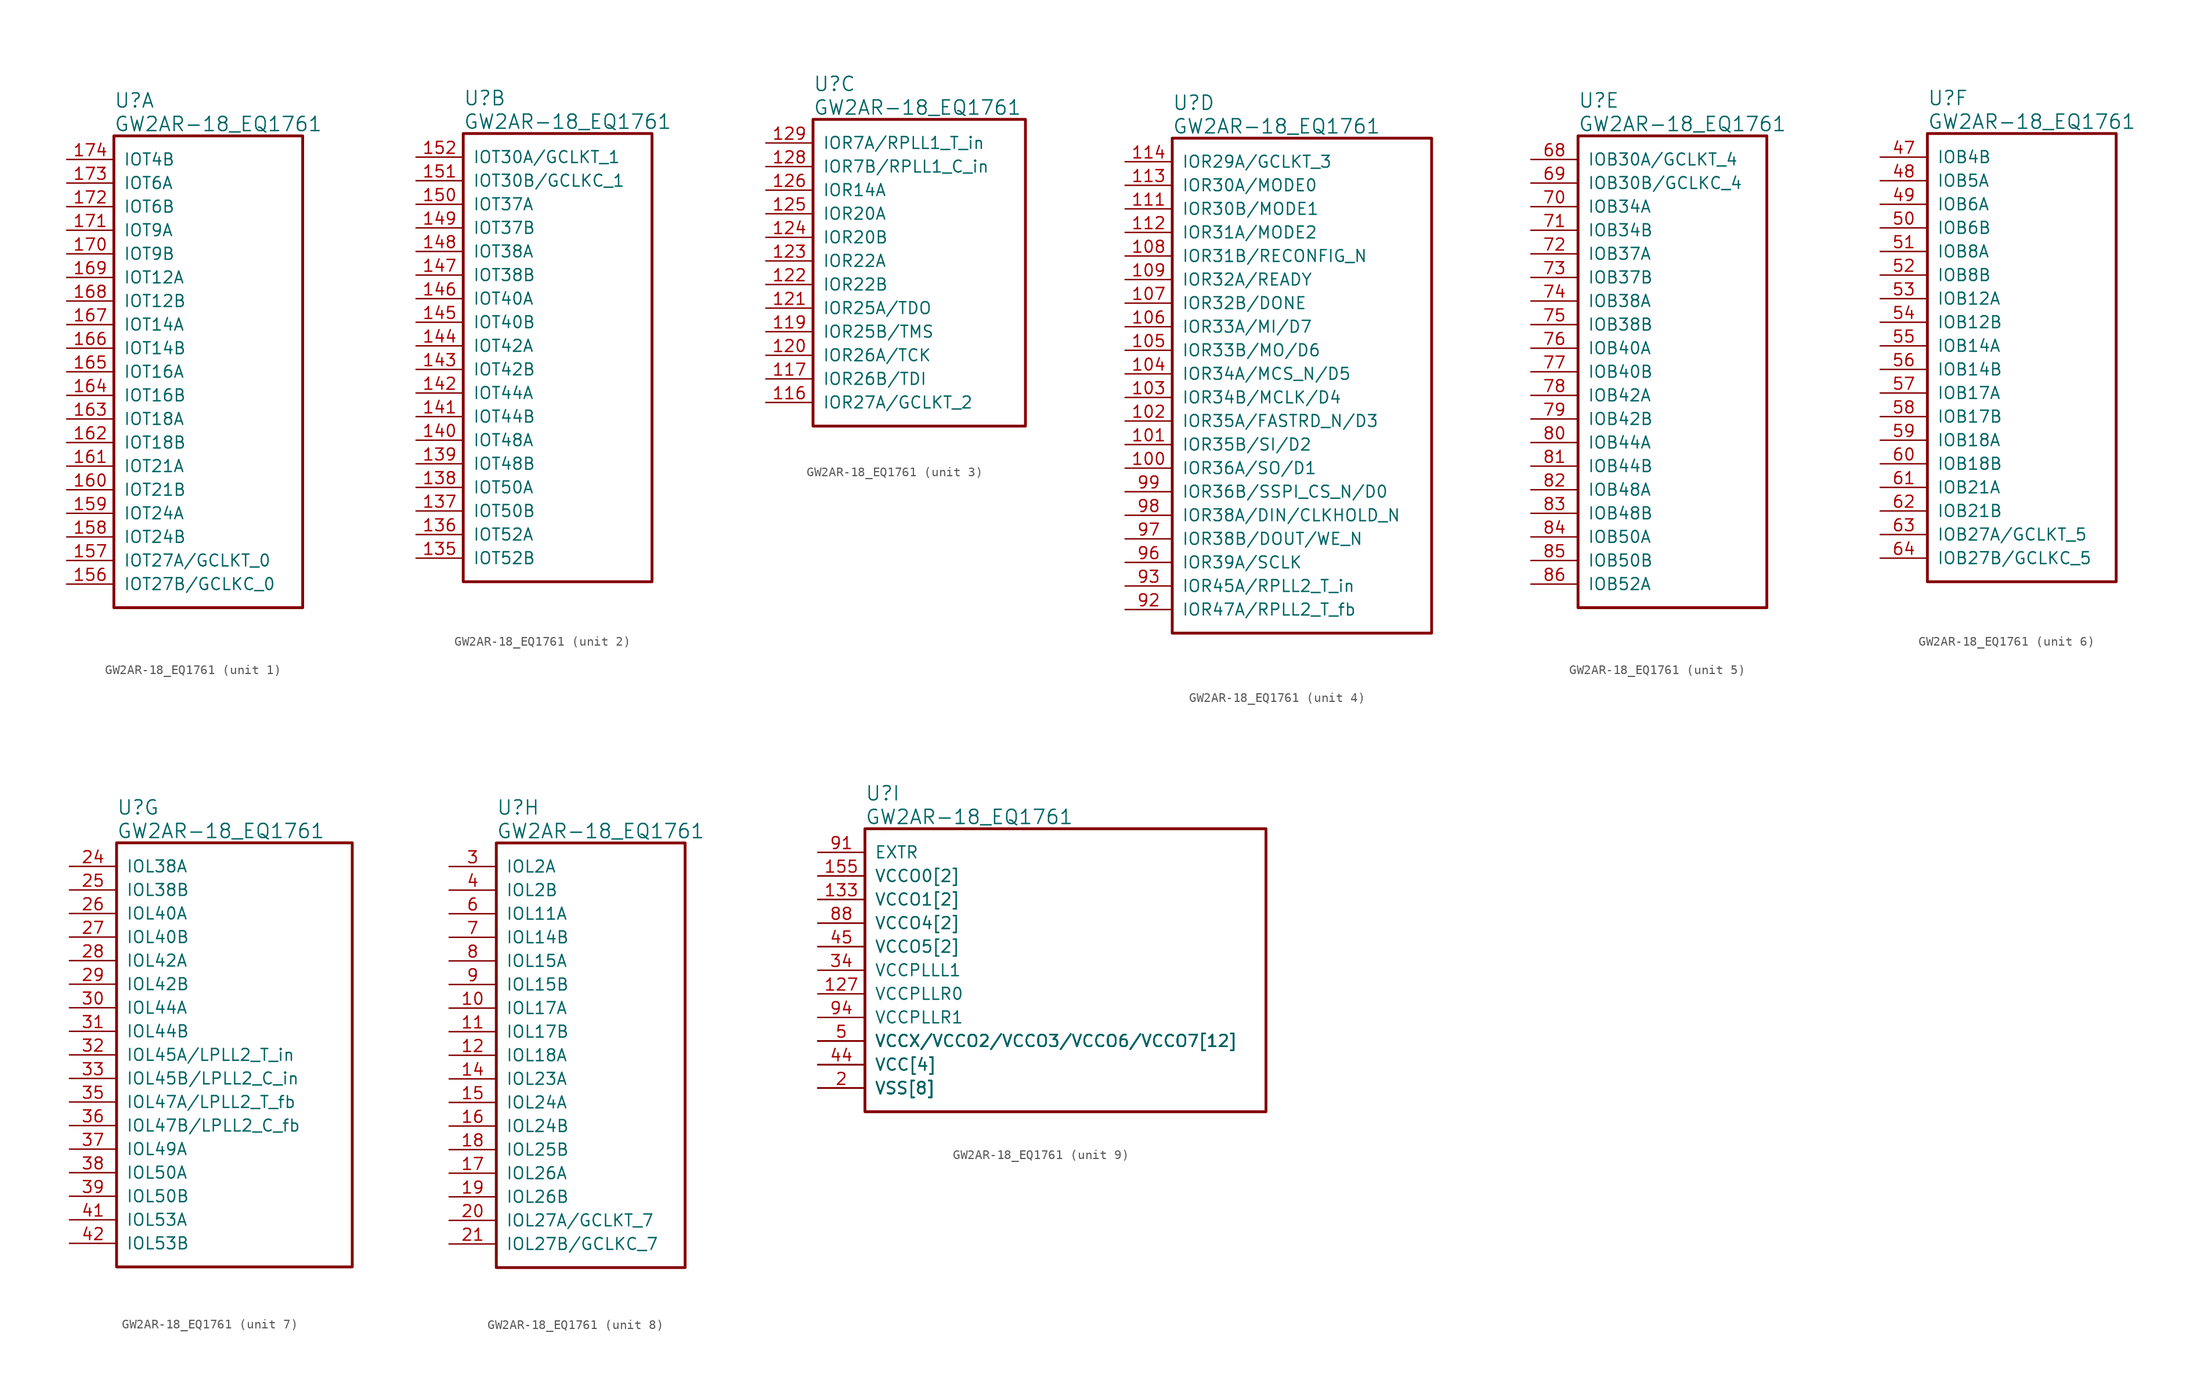
<source format=kicad_sym>
(kicad_symbol_lib
  (version 20211014)
  (generator kicad_symbol_editor)
  (symbol "GW2AR-18_EQ1761"
    (pin_names
      (offset 1.016))
    (property "Reference" "U"
      (at 5.08 6.35 0)
      (effects (font (size 1.524 1.524)) (justify left)))
    (property "Value" "GW2AR-18_EQ1761"
      (at 5.08 3.81 0)
      (effects (font (size 1.524 1.524)) (justify left)))
    (property "ki_locked" ""
      (at 0 0 0)
      (effects (font (size 1.27 1.27))))
    (symbol "GW2AR-18_EQ1761_1_1"
      (rectangle (start 5.08 2.54) (end 25.4 -48.26) (stroke (width 0.305) (type default) (color 0 0 0 0)) (fill (type none)))
      (pin bidirectional line (at 0 -45.72 0) (length 5.08) (name "IOT27B/GCLKC_0" (effects (font (size 1.27 1.27)))) (number "156" (effects (font (size 1.27 1.27)))))
      (pin bidirectional line (at 0 -43.18 0) (length 5.08) (name "IOT27A/GCLKT_0" (effects (font (size 1.27 1.27)))) (number "157" (effects (font (size 1.27 1.27)))))
      (pin bidirectional line (at 0 -40.64 0) (length 5.08) (name "IOT24B" (effects (font (size 1.27 1.27)))) (number "158" (effects (font (size 1.27 1.27)))))
      (pin bidirectional line (at 0 -38.1 0) (length 5.08) (name "IOT24A" (effects (font (size 1.27 1.27)))) (number "159" (effects (font (size 1.27 1.27)))))
      (pin bidirectional line (at 0 -35.56 0) (length 5.08) (name "IOT21B" (effects (font (size 1.27 1.27)))) (number "160" (effects (font (size 1.27 1.27)))))
      (pin bidirectional line (at 0 -33.02 0) (length 5.08) (name "IOT21A" (effects (font (size 1.27 1.27)))) (number "161" (effects (font (size 1.27 1.27)))))
      (pin bidirectional line (at 0 -30.48 0) (length 5.08) (name "IOT18B" (effects (font (size 1.27 1.27)))) (number "162" (effects (font (size 1.27 1.27)))))
      (pin bidirectional line (at 0 -27.94 0) (length 5.08) (name "IOT18A" (effects (font (size 1.27 1.27)))) (number "163" (effects (font (size 1.27 1.27)))))
      (pin bidirectional line (at 0 -25.4 0) (length 5.08) (name "IOT16B" (effects (font (size 1.27 1.27)))) (number "164" (effects (font (size 1.27 1.27)))))
      (pin bidirectional line (at 0 -22.86 0) (length 5.08) (name "IOT16A" (effects (font (size 1.27 1.27)))) (number "165" (effects (font (size 1.27 1.27)))))
      (pin bidirectional line (at 0 -20.32 0) (length 5.08) (name "IOT14B" (effects (font (size 1.27 1.27)))) (number "166" (effects (font (size 1.27 1.27)))))
      (pin bidirectional line (at 0 -17.78 0) (length 5.08) (name "IOT14A" (effects (font (size 1.27 1.27)))) (number "167" (effects (font (size 1.27 1.27)))))
      (pin bidirectional line (at 0 -15.24 0) (length 5.08) (name "IOT12B" (effects (font (size 1.27 1.27)))) (number "168" (effects (font (size 1.27 1.27)))))
      (pin bidirectional line (at 0 -12.7 0) (length 5.08) (name "IOT12A" (effects (font (size 1.27 1.27)))) (number "169" (effects (font (size 1.27 1.27)))))
      (pin bidirectional line (at 0 -10.16 0) (length 5.08) (name "IOT9B" (effects (font (size 1.27 1.27)))) (number "170" (effects (font (size 1.27 1.27)))))
      (pin bidirectional line (at 0 -7.62 0) (length 5.08) (name "IOT9A" (effects (font (size 1.27 1.27)))) (number "171" (effects (font (size 1.27 1.27)))))
      (pin bidirectional line (at 0 -5.08 0) (length 5.08) (name "IOT6B" (effects (font (size 1.27 1.27)))) (number "172" (effects (font (size 1.27 1.27)))))
      (pin bidirectional line (at 0 -2.54 0) (length 5.08) (name "IOT6A" (effects (font (size 1.27 1.27)))) (number "173" (effects (font (size 1.27 1.27)))))
      (pin bidirectional line (at 0 0 0) (length 5.08) (name "IOT4B" (effects (font (size 1.27 1.27)))) (number "174" (effects (font (size 1.27 1.27))))))
    (symbol "GW2AR-18_EQ1761_2_1"
      (rectangle (start 5.08 2.54) (end 25.4 -45.72) (stroke (width 0.305) (type default) (color 0 0 0 0)) (fill (type none)))
      (pin bidirectional line (at 0 -43.18 0) (length 5.08) (name "IOT52B" (effects (font (size 1.27 1.27)))) (number "135" (effects (font (size 1.27 1.27)))))
      (pin bidirectional line (at 0 -40.64 0) (length 5.08) (name "IOT52A" (effects (font (size 1.27 1.27)))) (number "136" (effects (font (size 1.27 1.27)))))
      (pin bidirectional line (at 0 -38.1 0) (length 5.08) (name "IOT50B" (effects (font (size 1.27 1.27)))) (number "137" (effects (font (size 1.27 1.27)))))
      (pin bidirectional line (at 0 -35.56 0) (length 5.08) (name "IOT50A" (effects (font (size 1.27 1.27)))) (number "138" (effects (font (size 1.27 1.27)))))
      (pin bidirectional line (at 0 -33.02 0) (length 5.08) (name "IOT48B" (effects (font (size 1.27 1.27)))) (number "139" (effects (font (size 1.27 1.27)))))
      (pin bidirectional line (at 0 -30.48 0) (length 5.08) (name "IOT48A" (effects (font (size 1.27 1.27)))) (number "140" (effects (font (size 1.27 1.27)))))
      (pin bidirectional line (at 0 -27.94 0) (length 5.08) (name "IOT44B" (effects (font (size 1.27 1.27)))) (number "141" (effects (font (size 1.27 1.27)))))
      (pin bidirectional line (at 0 -25.4 0) (length 5.08) (name "IOT44A" (effects (font (size 1.27 1.27)))) (number "142" (effects (font (size 1.27 1.27)))))
      (pin bidirectional line (at 0 -22.86 0) (length 5.08) (name "IOT42B" (effects (font (size 1.27 1.27)))) (number "143" (effects (font (size 1.27 1.27)))))
      (pin bidirectional line (at 0 -20.32 0) (length 5.08) (name "IOT42A" (effects (font (size 1.27 1.27)))) (number "144" (effects (font (size 1.27 1.27)))))
      (pin bidirectional line (at 0 -17.78 0) (length 5.08) (name "IOT40B" (effects (font (size 1.27 1.27)))) (number "145" (effects (font (size 1.27 1.27)))))
      (pin bidirectional line (at 0 -15.24 0) (length 5.08) (name "IOT40A" (effects (font (size 1.27 1.27)))) (number "146" (effects (font (size 1.27 1.27)))))
      (pin bidirectional line (at 0 -12.7 0) (length 5.08) (name "IOT38B" (effects (font (size 1.27 1.27)))) (number "147" (effects (font (size 1.27 1.27)))))
      (pin bidirectional line (at 0 -10.16 0) (length 5.08) (name "IOT38A" (effects (font (size 1.27 1.27)))) (number "148" (effects (font (size 1.27 1.27)))))
      (pin bidirectional line (at 0 -7.62 0) (length 5.08) (name "IOT37B" (effects (font (size 1.27 1.27)))) (number "149" (effects (font (size 1.27 1.27)))))
      (pin bidirectional line (at 0 -5.08 0) (length 5.08) (name "IOT37A" (effects (font (size 1.27 1.27)))) (number "150" (effects (font (size 1.27 1.27)))))
      (pin bidirectional line (at 0 -2.54 0) (length 5.08) (name "IOT30B/GCLKC_1" (effects (font (size 1.27 1.27)))) (number "151" (effects (font (size 1.27 1.27)))))
      (pin bidirectional line (at 0 0 0) (length 5.08) (name "IOT30A/GCLKT_1" (effects (font (size 1.27 1.27)))) (number "152" (effects (font (size 1.27 1.27))))))
    (symbol "GW2AR-18_EQ1761_3_1"
      (rectangle (start 5.08 2.54) (end 27.94 -30.48) (stroke (width 0.305) (type default) (color 0 0 0 0)) (fill (type none)))
      (pin bidirectional line (at 0 -27.94 0) (length 5.08) (name "IOR27A/GCLKT_2" (effects (font (size 1.27 1.27)))) (number "116" (effects (font (size 1.27 1.27)))))
      (pin bidirectional line (at 0 -25.4 0) (length 5.08) (name "IOR26B/TDI" (effects (font (size 1.27 1.27)))) (number "117" (effects (font (size 1.27 1.27)))))
      (pin bidirectional line (at 0 -20.32 0) (length 5.08) (name "IOR25B/TMS" (effects (font (size 1.27 1.27)))) (number "119" (effects (font (size 1.27 1.27)))))
      (pin bidirectional line (at 0 -22.86 0) (length 5.08) (name "IOR26A/TCK" (effects (font (size 1.27 1.27)))) (number "120" (effects (font (size 1.27 1.27)))))
      (pin bidirectional line (at 0 -17.78 0) (length 5.08) (name "IOR25A/TDO" (effects (font (size 1.27 1.27)))) (number "121" (effects (font (size 1.27 1.27)))))
      (pin bidirectional line (at 0 -15.24 0) (length 5.08) (name "IOR22B" (effects (font (size 1.27 1.27)))) (number "122" (effects (font (size 1.27 1.27)))))
      (pin bidirectional line (at 0 -12.7 0) (length 5.08) (name "IOR22A" (effects (font (size 1.27 1.27)))) (number "123" (effects (font (size 1.27 1.27)))))
      (pin bidirectional line (at 0 -10.16 0) (length 5.08) (name "IOR20B" (effects (font (size 1.27 1.27)))) (number "124" (effects (font (size 1.27 1.27)))))
      (pin bidirectional line (at 0 -7.62 0) (length 5.08) (name "IOR20A" (effects (font (size 1.27 1.27)))) (number "125" (effects (font (size 1.27 1.27)))))
      (pin bidirectional line (at 0 -5.08 0) (length 5.08) (name "IOR14A" (effects (font (size 1.27 1.27)))) (number "126" (effects (font (size 1.27 1.27)))))
      (pin bidirectional line (at 0 -2.54 0) (length 5.08) (name "IOR7B/RPLL1_C_in" (effects (font (size 1.27 1.27)))) (number "128" (effects (font (size 1.27 1.27)))))
      (pin bidirectional line (at 0 0 0) (length 5.08) (name "IOR7A/RPLL1_T_in" (effects (font (size 1.27 1.27)))) (number "129" (effects (font (size 1.27 1.27))))))
    (symbol "GW2AR-18_EQ1761_4_1"
      (rectangle (start 5.08 2.54) (end 33.02 -50.8) (stroke (width 0.305) (type default) (color 0 0 0 0)) (fill (type none)))
      (pin bidirectional line (at 0 -33.02 0) (length 5.08) (name "IOR36A/SO/D1" (effects (font (size 1.27 1.27)))) (number "100" (effects (font (size 1.27 1.27)))))
      (pin bidirectional line (at 0 -30.48 0) (length 5.08) (name "IOR35B/SI/D2" (effects (font (size 1.27 1.27)))) (number "101" (effects (font (size 1.27 1.27)))))
      (pin bidirectional line (at 0 -27.94 0) (length 5.08) (name "IOR35A/FASTRD_N/D3" (effects (font (size 1.27 1.27)))) (number "102" (effects (font (size 1.27 1.27)))))
      (pin bidirectional line (at 0 -25.4 0) (length 5.08) (name "IOR34B/MCLK/D4" (effects (font (size 1.27 1.27)))) (number "103" (effects (font (size 1.27 1.27)))))
      (pin bidirectional line (at 0 -22.86 0) (length 5.08) (name "IOR34A/MCS_N/D5" (effects (font (size 1.27 1.27)))) (number "104" (effects (font (size 1.27 1.27)))))
      (pin bidirectional line (at 0 -20.32 0) (length 5.08) (name "IOR33B/MO/D6" (effects (font (size 1.27 1.27)))) (number "105" (effects (font (size 1.27 1.27)))))
      (pin bidirectional line (at 0 -17.78 0) (length 5.08) (name "IOR33A/MI/D7" (effects (font (size 1.27 1.27)))) (number "106" (effects (font (size 1.27 1.27)))))
      (pin bidirectional line (at 0 -15.24 0) (length 5.08) (name "IOR32B/DONE" (effects (font (size 1.27 1.27)))) (number "107" (effects (font (size 1.27 1.27)))))
      (pin bidirectional line (at 0 -10.16 0) (length 5.08) (name "IOR31B/RECONFIG_N" (effects (font (size 1.27 1.27)))) (number "108" (effects (font (size 1.27 1.27)))))
      (pin bidirectional line (at 0 -12.7 0) (length 5.08) (name "IOR32A/READY" (effects (font (size 1.27 1.27)))) (number "109" (effects (font (size 1.27 1.27)))))
      (pin bidirectional line (at 0 -5.08 0) (length 5.08) (name "IOR30B/MODE1" (effects (font (size 1.27 1.27)))) (number "111" (effects (font (size 1.27 1.27)))))
      (pin bidirectional line (at 0 -7.62 0) (length 5.08) (name "IOR31A/MODE2" (effects (font (size 1.27 1.27)))) (number "112" (effects (font (size 1.27 1.27)))))
      (pin bidirectional line (at 0 -2.54 0) (length 5.08) (name "IOR30A/MODE0" (effects (font (size 1.27 1.27)))) (number "113" (effects (font (size 1.27 1.27)))))
      (pin bidirectional line (at 0 0 0) (length 5.08) (name "IOR29A/GCLKT_3" (effects (font (size 1.27 1.27)))) (number "114" (effects (font (size 1.27 1.27)))))
      (pin bidirectional line (at 0 -48.26 0) (length 5.08) (name "IOR47A/RPLL2_T_fb" (effects (font (size 1.27 1.27)))) (number "92" (effects (font (size 1.27 1.27)))))
      (pin bidirectional line (at 0 -45.72 0) (length 5.08) (name "IOR45A/RPLL2_T_in" (effects (font (size 1.27 1.27)))) (number "93" (effects (font (size 1.27 1.27)))))
      (pin bidirectional line (at 0 -43.18 0) (length 5.08) (name "IOR39A/SCLK" (effects (font (size 1.27 1.27)))) (number "96" (effects (font (size 1.27 1.27)))))
      (pin bidirectional line (at 0 -40.64 0) (length 5.08) (name "IOR38B/DOUT/WE_N" (effects (font (size 1.27 1.27)))) (number "97" (effects (font (size 1.27 1.27)))))
      (pin bidirectional line (at 0 -38.1 0) (length 5.08) (name "IOR38A/DIN/CLKHOLD_N" (effects (font (size 1.27 1.27)))) (number "98" (effects (font (size 1.27 1.27)))))
      (pin bidirectional line (at 0 -35.56 0) (length 5.08) (name "IOR36B/SSPI_CS_N/D0" (effects (font (size 1.27 1.27)))) (number "99" (effects (font (size 1.27 1.27))))))
    (symbol "GW2AR-18_EQ1761_5_1"
      (rectangle (start 5.08 2.54) (end 25.4 -48.26) (stroke (width 0.305) (type default) (color 0 0 0 0)) (fill (type none)))
      (pin bidirectional line (at 0 0 0) (length 5.08) (name "IOB30A/GCLKT_4" (effects (font (size 1.27 1.27)))) (number "68" (effects (font (size 1.27 1.27)))))
      (pin bidirectional line (at 0 -2.54 0) (length 5.08) (name "IOB30B/GCLKC_4" (effects (font (size 1.27 1.27)))) (number "69" (effects (font (size 1.27 1.27)))))
      (pin bidirectional line (at 0 -5.08 0) (length 5.08) (name "IOB34A" (effects (font (size 1.27 1.27)))) (number "70" (effects (font (size 1.27 1.27)))))
      (pin bidirectional line (at 0 -7.62 0) (length 5.08) (name "IOB34B" (effects (font (size 1.27 1.27)))) (number "71" (effects (font (size 1.27 1.27)))))
      (pin bidirectional line (at 0 -10.16 0) (length 5.08) (name "IOB37A" (effects (font (size 1.27 1.27)))) (number "72" (effects (font (size 1.27 1.27)))))
      (pin bidirectional line (at 0 -12.7 0) (length 5.08) (name "IOB37B" (effects (font (size 1.27 1.27)))) (number "73" (effects (font (size 1.27 1.27)))))
      (pin bidirectional line (at 0 -15.24 0) (length 5.08) (name "IOB38A" (effects (font (size 1.27 1.27)))) (number "74" (effects (font (size 1.27 1.27)))))
      (pin bidirectional line (at 0 -17.78 0) (length 5.08) (name "IOB38B" (effects (font (size 1.27 1.27)))) (number "75" (effects (font (size 1.27 1.27)))))
      (pin bidirectional line (at 0 -20.32 0) (length 5.08) (name "IOB40A" (effects (font (size 1.27 1.27)))) (number "76" (effects (font (size 1.27 1.27)))))
      (pin bidirectional line (at 0 -22.86 0) (length 5.08) (name "IOB40B" (effects (font (size 1.27 1.27)))) (number "77" (effects (font (size 1.27 1.27)))))
      (pin bidirectional line (at 0 -25.4 0) (length 5.08) (name "IOB42A" (effects (font (size 1.27 1.27)))) (number "78" (effects (font (size 1.27 1.27)))))
      (pin bidirectional line (at 0 -27.94 0) (length 5.08) (name "IOB42B" (effects (font (size 1.27 1.27)))) (number "79" (effects (font (size 1.27 1.27)))))
      (pin bidirectional line (at 0 -30.48 0) (length 5.08) (name "IOB44A" (effects (font (size 1.27 1.27)))) (number "80" (effects (font (size 1.27 1.27)))))
      (pin bidirectional line (at 0 -33.02 0) (length 5.08) (name "IOB44B" (effects (font (size 1.27 1.27)))) (number "81" (effects (font (size 1.27 1.27)))))
      (pin bidirectional line (at 0 -35.56 0) (length 5.08) (name "IOB48A" (effects (font (size 1.27 1.27)))) (number "82" (effects (font (size 1.27 1.27)))))
      (pin bidirectional line (at 0 -38.1 0) (length 5.08) (name "IOB48B" (effects (font (size 1.27 1.27)))) (number "83" (effects (font (size 1.27 1.27)))))
      (pin bidirectional line (at 0 -40.64 0) (length 5.08) (name "IOB50A" (effects (font (size 1.27 1.27)))) (number "84" (effects (font (size 1.27 1.27)))))
      (pin bidirectional line (at 0 -43.18 0) (length 5.08) (name "IOB50B" (effects (font (size 1.27 1.27)))) (number "85" (effects (font (size 1.27 1.27)))))
      (pin bidirectional line (at 0 -45.72 0) (length 5.08) (name "IOB52A" (effects (font (size 1.27 1.27)))) (number "86" (effects (font (size 1.27 1.27))))))
    (symbol "GW2AR-18_EQ1761_6_1"
      (rectangle (start 5.08 2.54) (end 25.4 -45.72) (stroke (width 0.305) (type default) (color 0 0 0 0)) (fill (type none)))
      (pin bidirectional line (at 0 0 0) (length 5.08) (name "IOB4B" (effects (font (size 1.27 1.27)))) (number "47" (effects (font (size 1.27 1.27)))))
      (pin bidirectional line (at 0 -2.54 0) (length 5.08) (name "IOB5A" (effects (font (size 1.27 1.27)))) (number "48" (effects (font (size 1.27 1.27)))))
      (pin bidirectional line (at 0 -5.08 0) (length 5.08) (name "IOB6A" (effects (font (size 1.27 1.27)))) (number "49" (effects (font (size 1.27 1.27)))))
      (pin bidirectional line (at 0 -7.62 0) (length 5.08) (name "IOB6B" (effects (font (size 1.27 1.27)))) (number "50" (effects (font (size 1.27 1.27)))))
      (pin bidirectional line (at 0 -10.16 0) (length 5.08) (name "IOB8A" (effects (font (size 1.27 1.27)))) (number "51" (effects (font (size 1.27 1.27)))))
      (pin bidirectional line (at 0 -12.7 0) (length 5.08) (name "IOB8B" (effects (font (size 1.27 1.27)))) (number "52" (effects (font (size 1.27 1.27)))))
      (pin bidirectional line (at 0 -15.24 0) (length 5.08) (name "IOB12A" (effects (font (size 1.27 1.27)))) (number "53" (effects (font (size 1.27 1.27)))))
      (pin bidirectional line (at 0 -17.78 0) (length 5.08) (name "IOB12B" (effects (font (size 1.27 1.27)))) (number "54" (effects (font (size 1.27 1.27)))))
      (pin bidirectional line (at 0 -20.32 0) (length 5.08) (name "IOB14A" (effects (font (size 1.27 1.27)))) (number "55" (effects (font (size 1.27 1.27)))))
      (pin bidirectional line (at 0 -22.86 0) (length 5.08) (name "IOB14B" (effects (font (size 1.27 1.27)))) (number "56" (effects (font (size 1.27 1.27)))))
      (pin bidirectional line (at 0 -25.4 0) (length 5.08) (name "IOB17A" (effects (font (size 1.27 1.27)))) (number "57" (effects (font (size 1.27 1.27)))))
      (pin bidirectional line (at 0 -27.94 0) (length 5.08) (name "IOB17B" (effects (font (size 1.27 1.27)))) (number "58" (effects (font (size 1.27 1.27)))))
      (pin bidirectional line (at 0 -30.48 0) (length 5.08) (name "IOB18A" (effects (font (size 1.27 1.27)))) (number "59" (effects (font (size 1.27 1.27)))))
      (pin bidirectional line (at 0 -33.02 0) (length 5.08) (name "IOB18B" (effects (font (size 1.27 1.27)))) (number "60" (effects (font (size 1.27 1.27)))))
      (pin bidirectional line (at 0 -35.56 0) (length 5.08) (name "IOB21A" (effects (font (size 1.27 1.27)))) (number "61" (effects (font (size 1.27 1.27)))))
      (pin bidirectional line (at 0 -38.1 0) (length 5.08) (name "IOB21B" (effects (font (size 1.27 1.27)))) (number "62" (effects (font (size 1.27 1.27)))))
      (pin bidirectional line (at 0 -40.64 0) (length 5.08) (name "IOB27A/GCLKT_5" (effects (font (size 1.27 1.27)))) (number "63" (effects (font (size 1.27 1.27)))))
      (pin bidirectional line (at 0 -43.18 0) (length 5.08) (name "IOB27B/GCLKC_5" (effects (font (size 1.27 1.27)))) (number "64" (effects (font (size 1.27 1.27))))))
    (symbol "GW2AR-18_EQ1761_7_1"
      (rectangle (start 5.08 2.54) (end 30.48 -43.18) (stroke (width 0.305) (type default) (color 0 0 0 0)) (fill (type none)))
      (pin bidirectional line (at 0 0 0) (length 5.08) (name "IOL38A" (effects (font (size 1.27 1.27)))) (number "24" (effects (font (size 1.27 1.27)))))
      (pin bidirectional line (at 0 -2.54 0) (length 5.08) (name "IOL38B" (effects (font (size 1.27 1.27)))) (number "25" (effects (font (size 1.27 1.27)))))
      (pin bidirectional line (at 0 -5.08 0) (length 5.08) (name "IOL40A" (effects (font (size 1.27 1.27)))) (number "26" (effects (font (size 1.27 1.27)))))
      (pin bidirectional line (at 0 -7.62 0) (length 5.08) (name "IOL40B" (effects (font (size 1.27 1.27)))) (number "27" (effects (font (size 1.27 1.27)))))
      (pin bidirectional line (at 0 -10.16 0) (length 5.08) (name "IOL42A" (effects (font (size 1.27 1.27)))) (number "28" (effects (font (size 1.27 1.27)))))
      (pin bidirectional line (at 0 -12.7 0) (length 5.08) (name "IOL42B" (effects (font (size 1.27 1.27)))) (number "29" (effects (font (size 1.27 1.27)))))
      (pin bidirectional line (at 0 -15.24 0) (length 5.08) (name "IOL44A" (effects (font (size 1.27 1.27)))) (number "30" (effects (font (size 1.27 1.27)))))
      (pin bidirectional line (at 0 -17.78 0) (length 5.08) (name "IOL44B" (effects (font (size 1.27 1.27)))) (number "31" (effects (font (size 1.27 1.27)))))
      (pin bidirectional line (at 0 -20.32 0) (length 5.08) (name "IOL45A/LPLL2_T_in" (effects (font (size 1.27 1.27)))) (number "32" (effects (font (size 1.27 1.27)))))
      (pin bidirectional line (at 0 -22.86 0) (length 5.08) (name "IOL45B/LPLL2_C_in" (effects (font (size 1.27 1.27)))) (number "33" (effects (font (size 1.27 1.27)))))
      (pin bidirectional line (at 0 -25.4 0) (length 5.08) (name "IOL47A/LPLL2_T_fb" (effects (font (size 1.27 1.27)))) (number "35" (effects (font (size 1.27 1.27)))))
      (pin bidirectional line (at 0 -27.94 0) (length 5.08) (name "IOL47B/LPLL2_C_fb" (effects (font (size 1.27 1.27)))) (number "36" (effects (font (size 1.27 1.27)))))
      (pin bidirectional line (at 0 -30.48 0) (length 5.08) (name "IOL49A" (effects (font (size 1.27 1.27)))) (number "37" (effects (font (size 1.27 1.27)))))
      (pin bidirectional line (at 0 -33.02 0) (length 5.08) (name "IOL50A" (effects (font (size 1.27 1.27)))) (number "38" (effects (font (size 1.27 1.27)))))
      (pin bidirectional line (at 0 -35.56 0) (length 5.08) (name "IOL50B" (effects (font (size 1.27 1.27)))) (number "39" (effects (font (size 1.27 1.27)))))
      (pin bidirectional line (at 0 -38.1 0) (length 5.08) (name "IOL53A" (effects (font (size 1.27 1.27)))) (number "41" (effects (font (size 1.27 1.27)))))
      (pin bidirectional line (at 0 -40.64 0) (length 5.08) (name "IOL53B" (effects (font (size 1.27 1.27)))) (number "42" (effects (font (size 1.27 1.27))))))
    (symbol "GW2AR-18_EQ1761_8_1"
      (rectangle (start 5.08 2.54) (end 25.4 -43.18) (stroke (width 0.305) (type default) (color 0 0 0 0)) (fill (type none)))
      (pin bidirectional line (at 0 -15.24 0) (length 5.08) (name "IOL17A" (effects (font (size 1.27 1.27)))) (number "10" (effects (font (size 1.27 1.27)))))
      (pin bidirectional line (at 0 -17.78 0) (length 5.08) (name "IOL17B" (effects (font (size 1.27 1.27)))) (number "11" (effects (font (size 1.27 1.27)))))
      (pin bidirectional line (at 0 -20.32 0) (length 5.08) (name "IOL18A" (effects (font (size 1.27 1.27)))) (number "12" (effects (font (size 1.27 1.27)))))
      (pin bidirectional line (at 0 -22.86 0) (length 5.08) (name "IOL23A" (effects (font (size 1.27 1.27)))) (number "14" (effects (font (size 1.27 1.27)))))
      (pin bidirectional line (at 0 -25.4 0) (length 5.08) (name "IOL24A" (effects (font (size 1.27 1.27)))) (number "15" (effects (font (size 1.27 1.27)))))
      (pin bidirectional line (at 0 -27.94 0) (length 5.08) (name "IOL24B" (effects (font (size 1.27 1.27)))) (number "16" (effects (font (size 1.27 1.27)))))
      (pin bidirectional line (at 0 -33.02 0) (length 5.08) (name "IOL26A" (effects (font (size 1.27 1.27)))) (number "17" (effects (font (size 1.27 1.27)))))
      (pin bidirectional line (at 0 -30.48 0) (length 5.08) (name "IOL25B" (effects (font (size 1.27 1.27)))) (number "18" (effects (font (size 1.27 1.27)))))
      (pin bidirectional line (at 0 -35.56 0) (length 5.08) (name "IOL26B" (effects (font (size 1.27 1.27)))) (number "19" (effects (font (size 1.27 1.27)))))
      (pin bidirectional line (at 0 -38.1 0) (length 5.08) (name "IOL27A/GCLKT_7" (effects (font (size 1.27 1.27)))) (number "20" (effects (font (size 1.27 1.27)))))
      (pin bidirectional line (at 0 -40.64 0) (length 5.08) (name "IOL27B/GCLKC_7" (effects (font (size 1.27 1.27)))) (number "21" (effects (font (size 1.27 1.27)))))
      (pin bidirectional line (at 0 0 0) (length 5.08) (name "IOL2A" (effects (font (size 1.27 1.27)))) (number "3" (effects (font (size 1.27 1.27)))))
      (pin bidirectional line (at 0 -2.54 0) (length 5.08) (name "IOL2B" (effects (font (size 1.27 1.27)))) (number "4" (effects (font (size 1.27 1.27)))))
      (pin bidirectional line (at 0 -5.08 0) (length 5.08) (name "IOL11A" (effects (font (size 1.27 1.27)))) (number "6" (effects (font (size 1.27 1.27)))))
      (pin bidirectional line (at 0 -7.62 0) (length 5.08) (name "IOL14B" (effects (font (size 1.27 1.27)))) (number "7" (effects (font (size 1.27 1.27)))))
      (pin bidirectional line (at 0 -10.16 0) (length 5.08) (name "IOL15A" (effects (font (size 1.27 1.27)))) (number "8" (effects (font (size 1.27 1.27)))))
      (pin bidirectional line (at 0 -12.7 0) (length 5.08) (name "IOL15B" (effects (font (size 1.27 1.27)))) (number "9" (effects (font (size 1.27 1.27))))))
    (symbol "GW2AR-18_EQ1761_9_1"
      (rectangle (start 5.08 2.54) (end 48.26 -27.94) (stroke (width 0.305) (type default) (color 0 0 0 0)) (fill (type none)))
      (pin power_in line (at 0 -22.86 0) (length 5.08) (name "VCC[4]" (effects (font (size 1.27 1.27)))) (number "1" (effects (font (size 0 0)))))
      (pin power_in line (at 0 -20.32 0) (length 5.08) (name "VCCX/VCCO2/VCCO3/VCCO6/VCCO7[12]" (effects (font (size 1.27 1.27)))) (number "110" (effects (font (size 0 0)))))
      (pin power_in line (at 0 -20.32 0) (length 5.08) (name "VCCX/VCCO2/VCCO3/VCCO6/VCCO7[12]" (effects (font (size 1.27 1.27)))) (number "115" (effects (font (size 0 0)))))
      (pin power_in line (at 0 -20.32 0) (length 5.08) (name "VCCX/VCCO2/VCCO3/VCCO6/VCCO7[12]" (effects (font (size 1.27 1.27)))) (number "118" (effects (font (size 0 0)))))
      (pin power_in line (at 0 -15.24 0) (length 5.08) (name "VCCPLLR0" (effects (font (size 1.27 1.27)))) (number "127" (effects (font (size 1.27 1.27)))))
      (pin power_in line (at 0 -20.32 0) (length 5.08) (name "VCCX/VCCO2/VCCO3/VCCO6/VCCO7[12]" (effects (font (size 1.27 1.27)))) (number "13" (effects (font (size 0 0)))))
      (pin power_in line (at 0 -20.32 0) (length 5.08) (name "VCCX/VCCO2/VCCO3/VCCO6/VCCO7[12]" (effects (font (size 1.27 1.27)))) (number "130" (effects (font (size 0 0)))))
      (pin power_in line (at 0 -25.4 0) (length 5.08) (name "VSS[8]" (effects (font (size 1.27 1.27)))) (number "131" (effects (font (size 0 0)))))
      (pin power_in line (at 0 -22.86 0) (length 5.08) (name "VCC[4]" (effects (font (size 1.27 1.27)))) (number "132" (effects (font (size 0 0)))))
      (pin power_in line (at 0 -5.08 0) (length 5.08) (name "VCCO1[2]" (effects (font (size 1.27 1.27)))) (number "133" (effects (font (size 1.27 1.27)))))
      (pin power_in line (at 0 -25.4 0) (length 5.08) (name "VSS[8]" (effects (font (size 1.27 1.27)))) (number "134" (effects (font (size 0 0)))))
      (pin power_in line (at 0 -5.08 0) (length 5.08) (name "VCCO1[2]" (effects (font (size 1.27 1.27)))) (number "153" (effects (font (size 0 0)))))
      (pin power_in line (at 0 -20.32 0) (length 5.08) (name "VCCX/VCCO2/VCCO3/VCCO6/VCCO7[12]" (effects (font (size 1.27 1.27)))) (number "154" (effects (font (size 0 0)))))
      (pin power_in line (at 0 -2.54 0) (length 5.08) (name "VCCO0[2]" (effects (font (size 1.27 1.27)))) (number "155" (effects (font (size 1.27 1.27)))))
      (pin power_in line (at 0 -25.4 0) (length 5.08) (name "VSS[8]" (effects (font (size 1.27 1.27)))) (number "175" (effects (font (size 0 0)))))
      (pin power_in line (at 0 -2.54 0) (length 5.08) (name "VCCO0[2]" (effects (font (size 1.27 1.27)))) (number "176" (effects (font (size 0 0)))))
      (pin power_in line (at 0 -25.4 0) (length 5.08) (name "VSS[8]" (effects (font (size 1.27 1.27)))) (number "2" (effects (font (size 1.27 1.27)))))
      (pin power_in line (at 0 -20.32 0) (length 5.08) (name "VCCX/VCCO2/VCCO3/VCCO6/VCCO7[12]" (effects (font (size 1.27 1.27)))) (number "22" (effects (font (size 0 0)))))
      (pin power_in line (at 0 -20.32 0) (length 5.08) (name "VCCX/VCCO2/VCCO3/VCCO6/VCCO7[12]" (effects (font (size 1.27 1.27)))) (number "23" (effects (font (size 0 0)))))
      (pin power_in line (at 0 -12.7 0) (length 5.08) (name "VCCPLLL1" (effects (font (size 1.27 1.27)))) (number "34" (effects (font (size 1.27 1.27)))))
      (pin power_in line (at 0 -20.32 0) (length 5.08) (name "VCCX/VCCO2/VCCO3/VCCO6/VCCO7[12]" (effects (font (size 1.27 1.27)))) (number "40" (effects (font (size 0 0)))))
      (pin power_in line (at 0 -25.4 0) (length 5.08) (name "VSS[8]" (effects (font (size 1.27 1.27)))) (number "43" (effects (font (size 0 0)))))
      (pin power_in line (at 0 -22.86 0) (length 5.08) (name "VCC[4]" (effects (font (size 1.27 1.27)))) (number "44" (effects (font (size 1.27 1.27)))))
      (pin power_in line (at 0 -10.16 0) (length 5.08) (name "VCCO5[2]" (effects (font (size 1.27 1.27)))) (number "45" (effects (font (size 1.27 1.27)))))
      (pin power_in line (at 0 -25.4 0) (length 5.08) (name "VSS[8]" (effects (font (size 1.27 1.27)))) (number "46" (effects (font (size 0 0)))))
      (pin power_in line (at 0 -20.32 0) (length 5.08) (name "VCCX/VCCO2/VCCO3/VCCO6/VCCO7[12]" (effects (font (size 1.27 1.27)))) (number "5" (effects (font (size 1.27 1.27)))))
      (pin power_in line (at 0 -10.16 0) (length 5.08) (name "VCCO5[2]" (effects (font (size 1.27 1.27)))) (number "65" (effects (font (size 0 0)))))
      (pin power_in line (at 0 -20.32 0) (length 5.08) (name "VCCX/VCCO2/VCCO3/VCCO6/VCCO7[12]" (effects (font (size 1.27 1.27)))) (number "66" (effects (font (size 0 0)))))
      (pin power_in line (at 0 -7.62 0) (length 5.08) (name "VCCO4[2]" (effects (font (size 1.27 1.27)))) (number "67" (effects (font (size 0 0)))))
      (pin power_in line (at 0 -25.4 0) (length 5.08) (name "VSS[8]" (effects (font (size 1.27 1.27)))) (number "87" (effects (font (size 0 0)))))
      (pin power_in line (at 0 -7.62 0) (length 5.08) (name "VCCO4[2]" (effects (font (size 1.27 1.27)))) (number "88" (effects (font (size 1.27 1.27)))))
      (pin power_in line (at 0 -22.86 0) (length 5.08) (name "VCC[4]" (effects (font (size 1.27 1.27)))) (number "89" (effects (font (size 0 0)))))
      (pin power_in line (at 0 -25.4 0) (length 5.08) (name "VSS[8]" (effects (font (size 1.27 1.27)))) (number "90" (effects (font (size 0 0)))))
      (pin power_in line (at 0 0 0) (length 5.08) (name "EXTR" (effects (font (size 1.27 1.27)))) (number "91" (effects (font (size 1.27 1.27)))))
      (pin power_in line (at 0 -17.78 0) (length 5.08) (name "VCCPLLR1" (effects (font (size 1.27 1.27)))) (number "94" (effects (font (size 1.27 1.27)))))
      (pin power_in line (at 0 -20.32 0) (length 5.08) (name "VCCX/VCCO2/VCCO3/VCCO6/VCCO7[12]" (effects (font (size 1.27 1.27)))) (number "95" (effects (font (size 0 0))))))))
</source>
